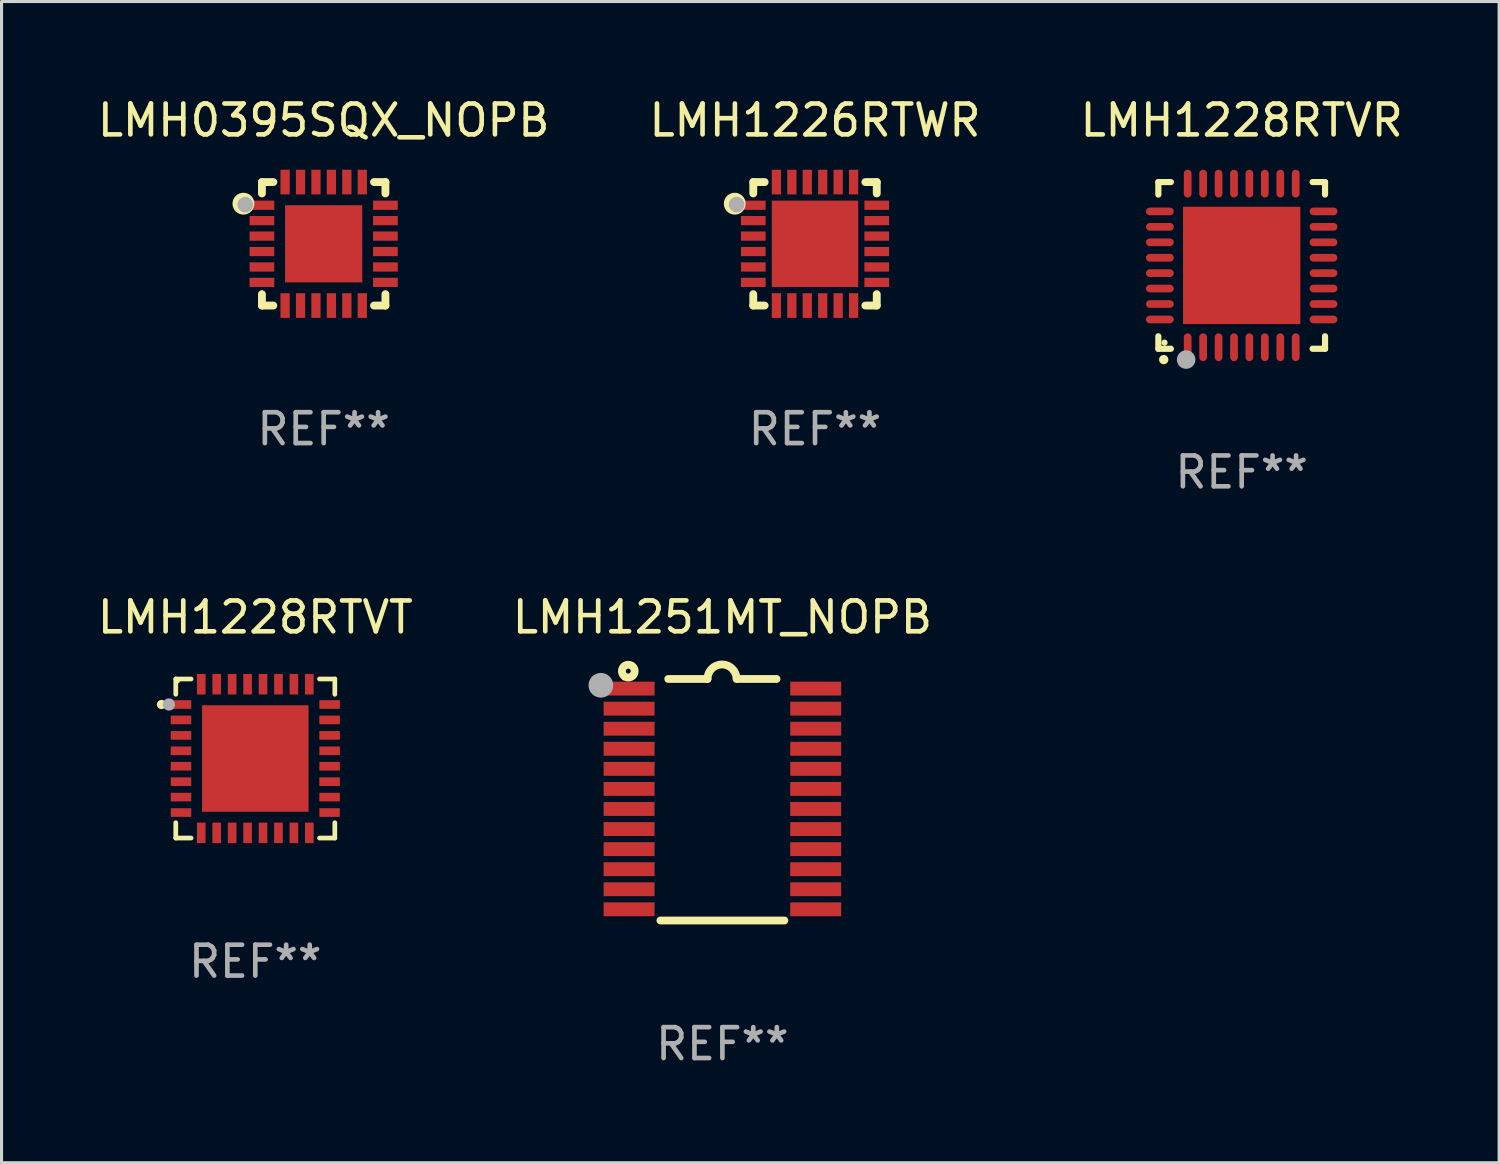
<source format=kicad_pcb>
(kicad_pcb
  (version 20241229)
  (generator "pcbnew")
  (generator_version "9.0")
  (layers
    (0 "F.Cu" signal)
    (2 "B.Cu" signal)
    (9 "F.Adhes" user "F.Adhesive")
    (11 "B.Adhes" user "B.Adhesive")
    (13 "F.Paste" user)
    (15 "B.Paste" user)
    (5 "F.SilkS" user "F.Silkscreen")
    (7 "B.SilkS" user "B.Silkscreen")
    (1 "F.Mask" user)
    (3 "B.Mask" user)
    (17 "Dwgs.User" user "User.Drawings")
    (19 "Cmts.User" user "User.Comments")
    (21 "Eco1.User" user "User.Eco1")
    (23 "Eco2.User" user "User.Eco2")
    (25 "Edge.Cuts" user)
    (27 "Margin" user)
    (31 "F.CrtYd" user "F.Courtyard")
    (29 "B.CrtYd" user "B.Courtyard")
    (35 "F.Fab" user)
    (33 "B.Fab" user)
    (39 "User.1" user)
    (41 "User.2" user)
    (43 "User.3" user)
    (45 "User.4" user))
  (footprint "LMH1251MT_NOPB"
    (layer "F.Cu")
    (at 20.351 22.856)
    (property "Reference" "LMH1251MT_NOPB" (at 0 -5.912 0) (layer "F.SilkS") (effects (font (size 1 1) (thickness 0.15))))
    (attr through_hole)
    (fp_line (start -1.753 -3.912) (end -0.483 -3.912) (stroke (width 0.254) (type solid)) (layer "F.SilkS"))
    (fp_line (start 0.483 -3.912) (end 1.753 -3.912) (stroke (width 0.254) (type solid)) (layer "F.SilkS"))
    (fp_line (start 2.007 3.912) (end -2.007 3.912) (stroke (width 0.254) (type solid)) (layer "F.SilkS"))
    (fp_arc (start -0.482626 -3.911608) (mid -0.012725 -4.381509) (end 0.457176 -3.911608) (stroke (width 0.254001) (type solid)) (layer "F.SilkS"))
    (fp_circle (center -3.2 -3.925) (end -3.17 -3.925) (stroke (width 0.06) (type solid)) (fill no) (layer "F.SilkS"))
    (fp_circle (center -3.048 -4.166) (end -2.968 -4.166) (stroke (width 0.254) (type solid)) (fill no) (layer "F.SilkS"))
    (fp_circle (center -3.937 -3.708) (end -3.737 -3.708) (stroke (width 0.4) (type solid)) (fill no) (layer "F.Fab"))
    (fp_text user "REF**" (at 0 7.912 0) (layer "F.Fab") (effects (font (size 1 1) (thickness 0.15))))
    (pad "1" smd rect (at -3.023 -3.6) (size 1.65 0.45) (layers "F.Cu" "F.Mask" "F.Paste"))
    (pad "2" smd rect (at -3.023 -2.95) (size 1.65 0.45) (layers "F.Cu" "F.Mask" "F.Paste"))
    (pad "3" smd rect (at -3.023 -2.3) (size 1.65 0.45) (layers "F.Cu" "F.Mask" "F.Paste"))
    (pad "4" smd rect (at -3.023 -1.65) (size 1.65 0.45) (layers "F.Cu" "F.Mask" "F.Paste"))
    (pad "5" smd rect (at -3.023 -1) (size 1.65 0.45) (layers "F.Cu" "F.Mask" "F.Paste"))
    (pad "6" smd rect (at -3.023 -0.35) (size 1.65 0.45) (layers "F.Cu" "F.Mask" "F.Paste"))
    (pad "7" smd rect (at -3.023 0.3) (size 1.65 0.45) (layers "F.Cu" "F.Mask" "F.Paste"))
    (pad "8" smd rect (at -3.023 0.95) (size 1.65 0.45) (layers "F.Cu" "F.Mask" "F.Paste"))
    (pad "9" smd rect (at -3.023 1.6) (size 1.65 0.45) (layers "F.Cu" "F.Mask" "F.Paste"))
    (pad "10" smd rect (at -3.023 2.25) (size 1.65 0.45) (layers "F.Cu" "F.Mask" "F.Paste"))
    (pad "11" smd rect (at -3.023 2.9) (size 1.65 0.45) (layers "F.Cu" "F.Mask" "F.Paste"))
    (pad "12" smd rect (at -3.023 3.55) (size 1.65 0.45) (layers "F.Cu" "F.Mask" "F.Paste"))
    (pad "13" smd rect (at 3.023 3.55) (size 1.65 0.45) (layers "F.Cu" "F.Mask" "F.Paste"))
    (pad "14" smd rect (at 3.023 2.9) (size 1.65 0.45) (layers "F.Cu" "F.Mask" "F.Paste"))
    (pad "15" smd rect (at 3.023 2.25) (size 1.65 0.45) (layers "F.Cu" "F.Mask" "F.Paste"))
    (pad "16" smd rect (at 3.023 1.6) (size 1.65 0.45) (layers "F.Cu" "F.Mask" "F.Paste"))
    (pad "17" smd rect (at 3.023 0.95) (size 1.65 0.45) (layers "F.Cu" "F.Mask" "F.Paste"))
    (pad "18" smd rect (at 3.023 0.3) (size 1.65 0.45) (layers "F.Cu" "F.Mask" "F.Paste"))
    (pad "19" smd rect (at 3.023 -0.35) (size 1.65 0.45) (layers "F.Cu" "F.Mask" "F.Paste"))
    (pad "20" smd rect (at 3.023 -1) (size 1.65 0.45) (layers "F.Cu" "F.Mask" "F.Paste"))
    (pad "21" smd rect (at 3.023 -1.65) (size 1.65 0.45) (layers "F.Cu" "F.Mask" "F.Paste"))
    (pad "22" smd rect (at 3.023 -2.3) (size 1.65 0.45) (layers "F.Cu" "F.Mask" "F.Paste"))
    (pad "23" smd rect (at 3.023 -2.95) (size 1.65 0.45) (layers "F.Cu" "F.Mask" "F.Paste"))
    (pad "24" smd rect (at 3.023 -3.6) (size 1.65 0.45) (layers "F.Cu" "F.Mask" "F.Paste")))
  (footprint "LMH1228RTVR"
    (layer "F.Cu")
    (at 37.173 5.548)
    (property "Reference" "LMH1228RTVR" (at 0 -4.7 0) (layer "F.SilkS") (effects (font (size 1 1) (thickness 0.15))))
    (attr through_hole)
    (fp_line (start -2.7 -2.7) (end -2.295 -2.7) (stroke (width 0.2) (type solid)) (layer "F.SilkS"))
    (fp_line (start -2.7 -2.295) (end -2.7 -2.7) (stroke (width 0.2) (type solid)) (layer "F.SilkS"))
    (fp_line (start -2.7 2.7) (end -2.7 2.295) (stroke (width 0.2) (type solid)) (layer "F.SilkS"))
    (fp_line (start -2.295 2.7) (end -2.7 2.7) (stroke (width 0.2) (type solid)) (layer "F.SilkS"))
    (fp_line (start 2.295 2.7) (end 2.7 2.7) (stroke (width 0.2) (type solid)) (layer "F.SilkS"))
    (fp_line (start 2.7 -2.7) (end 2.295 -2.7) (stroke (width 0.2) (type solid)) (layer "F.SilkS"))
    (fp_line (start 2.7 -2.295) (end 2.7 -2.7) (stroke (width 0.2) (type solid)) (layer "F.SilkS"))
    (fp_line (start 2.7 2.7) (end 2.7 2.295) (stroke (width 0.2) (type solid)) (layer "F.SilkS"))
    (fp_arc (start -2.527889 3.050546) (mid -2.526619 3.050541) (end -2.525349 3.050546) (stroke (width 0.3) (type solid)) (layer "F.SilkS"))
    (fp_circle (center -2.5 2.5) (end -2.45 2.5) (stroke (width 0.1) (type solid)) (fill no) (layer "F.SilkS"))
    (fp_circle (center -1.8 3.05) (end -1.65 3.05) (stroke (width 0.3) (type solid)) (fill no) (layer "F.Fab"))
    (fp_text user "REF**" (at 0 6.7 0) (layer "F.Fab") (effects (font (size 1 1) (thickness 0.15))))
    (pad "1" smd oval (at -1.75 2.65) (size 0.25 0.9) (layers "F.Cu" "F.Mask" "F.Paste"))
    (pad "2" smd oval (at -1.25 2.65) (size 0.25 0.9) (layers "F.Cu" "F.Mask" "F.Paste"))
    (pad "3" smd oval (at -0.749 2.65) (size 0.25 0.9) (layers "F.Cu" "F.Mask" "F.Paste"))
    (pad "4" smd oval (at -0.249 2.65) (size 0.25 0.9) (layers "F.Cu" "F.Mask" "F.Paste"))
    (pad "5" smd oval (at 0.249 2.65) (size 0.25 0.9) (layers "F.Cu" "F.Mask" "F.Paste"))
    (pad "6" smd oval (at 0.749 2.65) (size 0.25 0.9) (layers "F.Cu" "F.Mask" "F.Paste"))
    (pad "7" smd oval (at 1.25 2.65) (size 0.25 0.9) (layers "F.Cu" "F.Mask" "F.Paste"))
    (pad "8" smd oval (at 1.75 2.65) (size 0.25 0.9) (layers "F.Cu" "F.Mask" "F.Paste"))
    (pad "9" smd oval (at 2.65 1.75) (size 0.9 0.25) (layers "F.Cu" "F.Mask" "F.Paste"))
    (pad "10" smd oval (at 2.65 1.25) (size 0.9 0.25) (layers "F.Cu" "F.Mask" "F.Paste"))
    (pad "11" smd oval (at 2.65 0.749) (size 0.9 0.25) (layers "F.Cu" "F.Mask" "F.Paste"))
    (pad "12" smd oval (at 2.65 0.249) (size 0.9 0.25) (layers "F.Cu" "F.Mask" "F.Paste"))
    (pad "13" smd oval (at 2.65 -0.249) (size 0.9 0.25) (layers "F.Cu" "F.Mask" "F.Paste"))
    (pad "14" smd oval (at 2.65 -0.749) (size 0.9 0.25) (layers "F.Cu" "F.Mask" "F.Paste"))
    (pad "15" smd oval (at 2.65 -1.25) (size 0.9 0.25) (layers "F.Cu" "F.Mask" "F.Paste"))
    (pad "16" smd oval (at 2.65 -1.75) (size 0.9 0.25) (layers "F.Cu" "F.Mask" "F.Paste"))
    (pad "17" smd oval (at 1.75 -2.65) (size 0.25 0.9) (layers "F.Cu" "F.Mask" "F.Paste"))
    (pad "18" smd oval (at 1.25 -2.65) (size 0.25 0.9) (layers "F.Cu" "F.Mask" "F.Paste"))
    (pad "19" smd oval (at 0.749 -2.65) (size 0.25 0.9) (layers "F.Cu" "F.Mask" "F.Paste"))
    (pad "20" smd oval (at 0.249 -2.65) (size 0.25 0.9) (layers "F.Cu" "F.Mask" "F.Paste"))
    (pad "21" smd oval (at -0.249 -2.65) (size 0.25 0.9) (layers "F.Cu" "F.Mask" "F.Paste"))
    (pad "22" smd oval (at -0.749 -2.65) (size 0.25 0.9) (layers "F.Cu" "F.Mask" "F.Paste"))
    (pad "23" smd oval (at -1.25 -2.65) (size 0.25 0.9) (layers "F.Cu" "F.Mask" "F.Paste"))
    (pad "24" smd oval (at -1.75 -2.65) (size 0.25 0.9) (layers "F.Cu" "F.Mask" "F.Paste"))
    (pad "25" smd oval (at -2.65 -1.75) (size 0.9 0.25) (layers "F.Cu" "F.Mask" "F.Paste"))
    (pad "26" smd oval (at -2.65 -1.25) (size 0.9 0.25) (layers "F.Cu" "F.Mask" "F.Paste"))
    (pad "27" smd oval (at -2.65 -0.749) (size 0.9 0.25) (layers "F.Cu" "F.Mask" "F.Paste"))
    (pad "28" smd oval (at -2.65 -0.249) (size 0.9 0.25) (layers "F.Cu" "F.Mask" "F.Paste"))
    (pad "29" smd oval (at -2.65 0.249) (size 0.9 0.25) (layers "F.Cu" "F.Mask" "F.Paste"))
    (pad "30" smd oval (at -2.65 0.749) (size 0.9 0.25) (layers "F.Cu" "F.Mask" "F.Paste"))
    (pad "31" smd oval (at -2.65 1.25) (size 0.9 0.25) (layers "F.Cu" "F.Mask" "F.Paste"))
    (pad "32" smd oval (at -2.65 1.75) (size 0.9 0.25) (layers "F.Cu" "F.Mask" "F.Paste"))
    (pad "33" smd rect (at 0.000076 0.000076) (size 3.8 3.8) (layers "F.Cu" "F.Mask" "F.Paste")))
  (footprint "LMH1228RTVT"
    (layer "F.Cu")
    (at 5.22 21.521)
    (property "Reference" "LMH1228RTVT" (at 0 -4.576 0) (layer "F.SilkS") (effects (font (size 1 1) (thickness 0.15))))
    (attr through_hole)
    (fp_line (start -2.576 -2.576) (end -2.576 -2.08) (stroke (width 0.152) (type solid)) (layer "F.SilkS"))
    (fp_line (start -2.576 2.576) (end -2.576 2.08) (stroke (width 0.152) (type solid)) (layer "F.SilkS"))
    (fp_line (start -2.08 -2.576) (end -2.576 -2.576) (stroke (width 0.152) (type solid)) (layer "F.SilkS"))
    (fp_line (start -2.08 2.576) (end -2.576 2.576) (stroke (width 0.152) (type solid)) (layer "F.SilkS"))
    (fp_line (start 2.08 -2.576) (end 2.576 -2.576) (stroke (width 0.152) (type solid)) (layer "F.SilkS"))
    (fp_line (start 2.08 2.576) (end 2.576 2.576) (stroke (width 0.152) (type solid)) (layer "F.SilkS"))
    (fp_line (start 2.576 -2.576) (end 2.576 -2.08) (stroke (width 0.152) (type solid)) (layer "F.SilkS"))
    (fp_line (start 2.576 2.576) (end 2.576 2.08) (stroke (width 0.152) (type solid)) (layer "F.SilkS"))
    (fp_circle (center -3.04 -1.75) (end -2.965 -1.75) (stroke (width 0.15) (type solid)) (fill no) (layer "F.SilkS"))
    (fp_circle (center -2.5 -2.5) (end -2.47 -2.5) (stroke (width 0.06) (type solid)) (fill no) (layer "F.SilkS"))
    (fp_circle (center -2.8 -1.75) (end -2.7 -1.75) (stroke (width 0.2) (type solid)) (fill no) (layer "F.Fab"))
    (fp_text user "REF**" (at 0 6.576 0) (layer "F.Fab") (effects (font (size 1 1) (thickness 0.15))))
    (pad "1" smd rect (at -2.407 -1.75) (size 0.665 0.28) (layers "F.Cu" "F.Mask" "F.Paste"))
    (pad "2" smd rect (at -2.407 -1.25) (size 0.665 0.28) (layers "F.Cu" "F.Mask" "F.Paste"))
    (pad "3" smd rect (at -2.407 -0.75) (size 0.665 0.28) (layers "F.Cu" "F.Mask" "F.Paste"))
    (pad "4" smd rect (at -2.407 -0.25) (size 0.665 0.28) (layers "F.Cu" "F.Mask" "F.Paste"))
    (pad "5" smd rect (at -2.407 0.25) (size 0.665 0.28) (layers "F.Cu" "F.Mask" "F.Paste"))
    (pad "6" smd rect (at -2.407 0.75) (size 0.665 0.28) (layers "F.Cu" "F.Mask" "F.Paste"))
    (pad "7" smd rect (at -2.407 1.25) (size 0.665 0.28) (layers "F.Cu" "F.Mask" "F.Paste"))
    (pad "8" smd rect (at -2.407 1.75) (size 0.665 0.28) (layers "F.Cu" "F.Mask" "F.Paste"))
    (pad "9" smd rect (at -1.75 2.408) (size 0.28 0.665) (layers "F.Cu" "F.Mask" "F.Paste"))
    (pad "10" smd rect (at -1.25 2.408) (size 0.28 0.665) (layers "F.Cu" "F.Mask" "F.Paste"))
    (pad "11" smd rect (at -0.75 2.408) (size 0.28 0.665) (layers "F.Cu" "F.Mask" "F.Paste"))
    (pad "12" smd rect (at -0.25 2.408) (size 0.28 0.665) (layers "F.Cu" "F.Mask" "F.Paste"))
    (pad "13" smd rect (at 0.25 2.408) (size 0.28 0.665) (layers "F.Cu" "F.Mask" "F.Paste"))
    (pad "14" smd rect (at 0.75 2.408) (size 0.28 0.665) (layers "F.Cu" "F.Mask" "F.Paste"))
    (pad "15" smd rect (at 1.25 2.408) (size 0.28 0.665) (layers "F.Cu" "F.Mask" "F.Paste"))
    (pad "16" smd rect (at 1.75 2.408) (size 0.28 0.665) (layers "F.Cu" "F.Mask" "F.Paste"))
    (pad "17" smd rect (at 2.407 1.75) (size 0.665 0.28) (layers "F.Cu" "F.Mask" "F.Paste"))
    (pad "18" smd rect (at 2.407 1.25) (size 0.665 0.28) (layers "F.Cu" "F.Mask" "F.Paste"))
    (pad "19" smd rect (at 2.407 0.75) (size 0.665 0.28) (layers "F.Cu" "F.Mask" "F.Paste"))
    (pad "20" smd rect (at 2.407 0.25) (size 0.665 0.28) (layers "F.Cu" "F.Mask" "F.Paste"))
    (pad "21" smd rect (at 2.407 -0.25) (size 0.665 0.28) (layers "F.Cu" "F.Mask" "F.Paste"))
    (pad "22" smd rect (at 2.407 -0.75) (size 0.665 0.28) (layers "F.Cu" "F.Mask" "F.Paste"))
    (pad "23" smd rect (at 2.407 -1.25) (size 0.665 0.28) (layers "F.Cu" "F.Mask" "F.Paste"))
    (pad "24" smd rect (at 2.407 -1.75) (size 0.665 0.28) (layers "F.Cu" "F.Mask" "F.Paste"))
    (pad "25" smd rect (at 1.75 -2.407) (size 0.28 0.665) (layers "F.Cu" "F.Mask" "F.Paste"))
    (pad "26" smd rect (at 1.25 -2.407) (size 0.28 0.665) (layers "F.Cu" "F.Mask" "F.Paste"))
    (pad "27" smd rect (at 0.75 -2.407) (size 0.28 0.665) (layers "F.Cu" "F.Mask" "F.Paste"))
    (pad "28" smd rect (at 0.25 -2.407) (size 0.28 0.665) (layers "F.Cu" "F.Mask" "F.Paste"))
    (pad "29" smd rect (at -0.25 -2.407) (size 0.28 0.665) (layers "F.Cu" "F.Mask" "F.Paste"))
    (pad "30" smd rect (at -0.75 -2.407) (size 0.28 0.665) (layers "F.Cu" "F.Mask" "F.Paste"))
    (pad "31" smd rect (at -1.25 -2.407) (size 0.28 0.665) (layers "F.Cu" "F.Mask" "F.Paste"))
    (pad "32" smd rect (at -1.75 -2.407) (size 0.28 0.665) (layers "F.Cu" "F.Mask" "F.Paste"))
    (pad "33" smd rect (at 0.000025 0.000127) (size 3.45 3.45) (layers "F.Cu" "F.Mask" "F.Paste")))
  (footprint "LMH1226RTWR"
    (layer "F.Cu")
    (at 23.351 4.848)
    (property "Reference" "LMH1226RTWR" (at 0 -4 0) (layer "F.SilkS") (effects (font (size 1 1) (thickness 0.15))))
    (attr through_hole)
    (fp_line (start -2 -2) (end -1.631 -2) (stroke (width 0.254) (type solid)) (layer "F.SilkS"))
    (fp_line (start -2 -1.631) (end -2 -2) (stroke (width 0.254) (type solid)) (layer "F.SilkS"))
    (fp_line (start -2 2) (end -2 1.631) (stroke (width 0.254) (type solid)) (layer "F.SilkS"))
    (fp_line (start -1.631 2) (end -2 2) (stroke (width 0.254) (type solid)) (layer "F.SilkS"))
    (fp_line (start 1.631 -2) (end 2 -2) (stroke (width 0.254) (type solid)) (layer "F.SilkS"))
    (fp_line (start 2 -2) (end 2 -1.631) (stroke (width 0.254) (type solid)) (layer "F.SilkS"))
    (fp_line (start 2 1.631) (end 2 2) (stroke (width 0.254) (type solid)) (layer "F.SilkS"))
    (fp_line (start 2 2) (end 1.631 2) (stroke (width 0.254) (type solid)) (layer "F.SilkS"))
    (fp_circle (center -2.6 -1.3) (end -2.5 -1.3) (stroke (width 0.254) (type solid)) (fill no) (layer "F.SilkS"))
    (fp_circle (center -1.95 -1.95) (end -1.9 -1.95) (stroke (width 0.1) (type solid)) (fill no) (layer "F.SilkS"))
    (fp_circle (center -2.54 -1.27) (end -2.413 -1.27) (stroke (width 0.254) (type solid)) (fill no) (layer "F.Fab"))
    (fp_text user "REF**" (at 0 6 0) (layer "F.Fab") (effects (font (size 1 1) (thickness 0.15))))
    (pad "1" smd rect (at -2 -1.25) (size 0.8 0.3) (layers "F.Cu" "F.Mask" "F.Paste"))
    (pad "2" smd rect (at -2 -0.75) (size 0.8 0.3) (layers "F.Cu" "F.Mask" "F.Paste"))
    (pad "3" smd rect (at -2 -0.25) (size 0.8 0.3) (layers "F.Cu" "F.Mask" "F.Paste"))
    (pad "4" smd rect (at -2 0.25) (size 0.8 0.3) (layers "F.Cu" "F.Mask" "F.Paste"))
    (pad "5" smd rect (at -2 0.75) (size 0.8 0.3) (layers "F.Cu" "F.Mask" "F.Paste"))
    (pad "6" smd rect (at -2 1.25) (size 0.8 0.3) (layers "F.Cu" "F.Mask" "F.Paste"))
    (pad "7" smd rect (at -1.25 2) (size 0.3 0.8) (layers "F.Cu" "F.Mask" "F.Paste"))
    (pad "8" smd rect (at -0.75 2) (size 0.3 0.8) (layers "F.Cu" "F.Mask" "F.Paste"))
    (pad "9" smd rect (at -0.25 2) (size 0.3 0.8) (layers "F.Cu" "F.Mask" "F.Paste"))
    (pad "10" smd rect (at 0.25 2) (size 0.3 0.8) (layers "F.Cu" "F.Mask" "F.Paste"))
    (pad "11" smd rect (at 0.75 2) (size 0.3 0.8) (layers "F.Cu" "F.Mask" "F.Paste"))
    (pad "12" smd rect (at 1.25 2) (size 0.3 0.8) (layers "F.Cu" "F.Mask" "F.Paste"))
    (pad "13" smd rect (at 2 1.25) (size 0.8 0.3) (layers "F.Cu" "F.Mask" "F.Paste"))
    (pad "14" smd rect (at 2 0.75) (size 0.8 0.3) (layers "F.Cu" "F.Mask" "F.Paste"))
    (pad "15" smd rect (at 2 0.25) (size 0.8 0.3) (layers "F.Cu" "F.Mask" "F.Paste"))
    (pad "16" smd rect (at 2 -0.25) (size 0.8 0.3) (layers "F.Cu" "F.Mask" "F.Paste"))
    (pad "17" smd rect (at 2 -0.75) (size 0.8 0.3) (layers "F.Cu" "F.Mask" "F.Paste"))
    (pad "18" smd rect (at 2 -1.25) (size 0.8 0.3) (layers "F.Cu" "F.Mask" "F.Paste"))
    (pad "19" smd rect (at 1.25 -2) (size 0.3 0.8) (layers "F.Cu" "F.Mask" "F.Paste"))
    (pad "20" smd rect (at 0.75 -2) (size 0.3 0.8) (layers "F.Cu" "F.Mask" "F.Paste"))
    (pad "21" smd rect (at 0.25 -2) (size 0.3 0.8) (layers "F.Cu" "F.Mask" "F.Paste"))
    (pad "22" smd rect (at -0.25 -2) (size 0.3 0.8) (layers "F.Cu" "F.Mask" "F.Paste"))
    (pad "23" smd rect (at -0.75 -2) (size 0.3 0.8) (layers "F.Cu" "F.Mask" "F.Paste"))
    (pad "24" smd rect (at -1.25 -2) (size 0.3 0.8) (layers "F.Cu" "F.Mask" "F.Paste"))
    (pad "25" smd rect (at 0 0) (size 2.8 2.8) (layers "F.Cu" "F.Mask" "F.Paste")))
  (footprint "LMH0395SQX_NOPB"
    (layer "F.Cu")
    (at 7.435 4.848)
    (property "Reference" "LMH0395SQX_NOPB" (at 0 -4 0) (layer "F.SilkS") (effects (font (size 1 1) (thickness 0.15))))
    (attr through_hole)
    (fp_line (start -2 -2) (end -1.631 -2) (stroke (width 0.254) (type solid)) (layer "F.SilkS"))
    (fp_line (start -2 -1.631) (end -2 -2) (stroke (width 0.254) (type solid)) (layer "F.SilkS"))
    (fp_line (start -2 2) (end -2 1.631) (stroke (width 0.254) (type solid)) (layer "F.SilkS"))
    (fp_line (start -1.631 2) (end -2 2) (stroke (width 0.254) (type solid)) (layer "F.SilkS"))
    (fp_line (start 1.631 -2) (end 2 -2) (stroke (width 0.254) (type solid)) (layer "F.SilkS"))
    (fp_line (start 2 -2) (end 2 -1.631) (stroke (width 0.254) (type solid)) (layer "F.SilkS"))
    (fp_line (start 2 1.631) (end 2 2) (stroke (width 0.254) (type solid)) (layer "F.SilkS"))
    (fp_line (start 2 2) (end 1.631 2) (stroke (width 0.254) (type solid)) (layer "F.SilkS"))
    (fp_circle (center -2.6 -1.3) (end -2.5 -1.3) (stroke (width 0.254) (type solid)) (fill no) (layer "F.SilkS"))
    (fp_circle (center -1.95 -1.95) (end -1.9 -1.95) (stroke (width 0.1) (type solid)) (fill no) (layer "F.SilkS"))
    (fp_circle (center -2.54 -1.27) (end -2.413 -1.27) (stroke (width 0.254) (type solid)) (fill no) (layer "F.Fab"))
    (fp_text user "REF**" (at 0 6 0) (layer "F.Fab") (effects (font (size 1 1) (thickness 0.15))))
    (pad "1" smd rect (at -2 -1.25) (size 0.8 0.3) (layers "F.Cu" "F.Mask" "F.Paste"))
    (pad "2" smd rect (at -2 -0.75) (size 0.8 0.3) (layers "F.Cu" "F.Mask" "F.Paste"))
    (pad "3" smd rect (at -2 -0.25) (size 0.8 0.3) (layers "F.Cu" "F.Mask" "F.Paste"))
    (pad "4" smd rect (at -2 0.25) (size 0.8 0.3) (layers "F.Cu" "F.Mask" "F.Paste"))
    (pad "5" smd rect (at -2 0.75) (size 0.8 0.3) (layers "F.Cu" "F.Mask" "F.Paste"))
    (pad "6" smd rect (at -2 1.25) (size 0.8 0.3) (layers "F.Cu" "F.Mask" "F.Paste"))
    (pad "7" smd rect (at -1.25 2) (size 0.3 0.8) (layers "F.Cu" "F.Mask" "F.Paste"))
    (pad "8" smd rect (at -0.75 2) (size 0.3 0.8) (layers "F.Cu" "F.Mask" "F.Paste"))
    (pad "9" smd rect (at -0.25 2) (size 0.3 0.8) (layers "F.Cu" "F.Mask" "F.Paste"))
    (pad "10" smd rect (at 0.25 2) (size 0.3 0.8) (layers "F.Cu" "F.Mask" "F.Paste"))
    (pad "11" smd rect (at 0.75 2) (size 0.3 0.8) (layers "F.Cu" "F.Mask" "F.Paste"))
    (pad "12" smd rect (at 1.25 2) (size 0.3 0.8) (layers "F.Cu" "F.Mask" "F.Paste"))
    (pad "13" smd rect (at 2 1.25) (size 0.8 0.3) (layers "F.Cu" "F.Mask" "F.Paste"))
    (pad "14" smd rect (at 2 0.75) (size 0.8 0.3) (layers "F.Cu" "F.Mask" "F.Paste"))
    (pad "15" smd rect (at 2 0.25) (size 0.8 0.3) (layers "F.Cu" "F.Mask" "F.Paste"))
    (pad "16" smd rect (at 2 -0.25) (size 0.8 0.3) (layers "F.Cu" "F.Mask" "F.Paste"))
    (pad "17" smd rect (at 2 -0.75) (size 0.8 0.3) (layers "F.Cu" "F.Mask" "F.Paste"))
    (pad "18" smd rect (at 2 -1.25) (size 0.8 0.3) (layers "F.Cu" "F.Mask" "F.Paste"))
    (pad "19" smd rect (at 1.25 -2) (size 0.3 0.8) (layers "F.Cu" "F.Mask" "F.Paste"))
    (pad "20" smd rect (at 0.75 -2) (size 0.3 0.8) (layers "F.Cu" "F.Mask" "F.Paste"))
    (pad "21" smd rect (at 0.25 -2) (size 0.3 0.8) (layers "F.Cu" "F.Mask" "F.Paste"))
    (pad "22" smd rect (at -0.25 -2) (size 0.3 0.8) (layers "F.Cu" "F.Mask" "F.Paste"))
    (pad "23" smd rect (at -0.75 -2) (size 0.3 0.8) (layers "F.Cu" "F.Mask" "F.Paste"))
    (pad "24" smd rect (at -1.25 -2) (size 0.3 0.8) (layers "F.Cu" "F.Mask" "F.Paste"))
    (pad "25" smd rect (at 0 0) (size 2.5 2.5) (layers "F.Cu" "F.Mask" "F.Paste")))
  (gr_rect
    (start -3 -3)
    (end 45.512 34.616)
    (stroke (width 0.1) (type default))
    (fill no)
    (layer "Edge.Cuts")))
</source>
